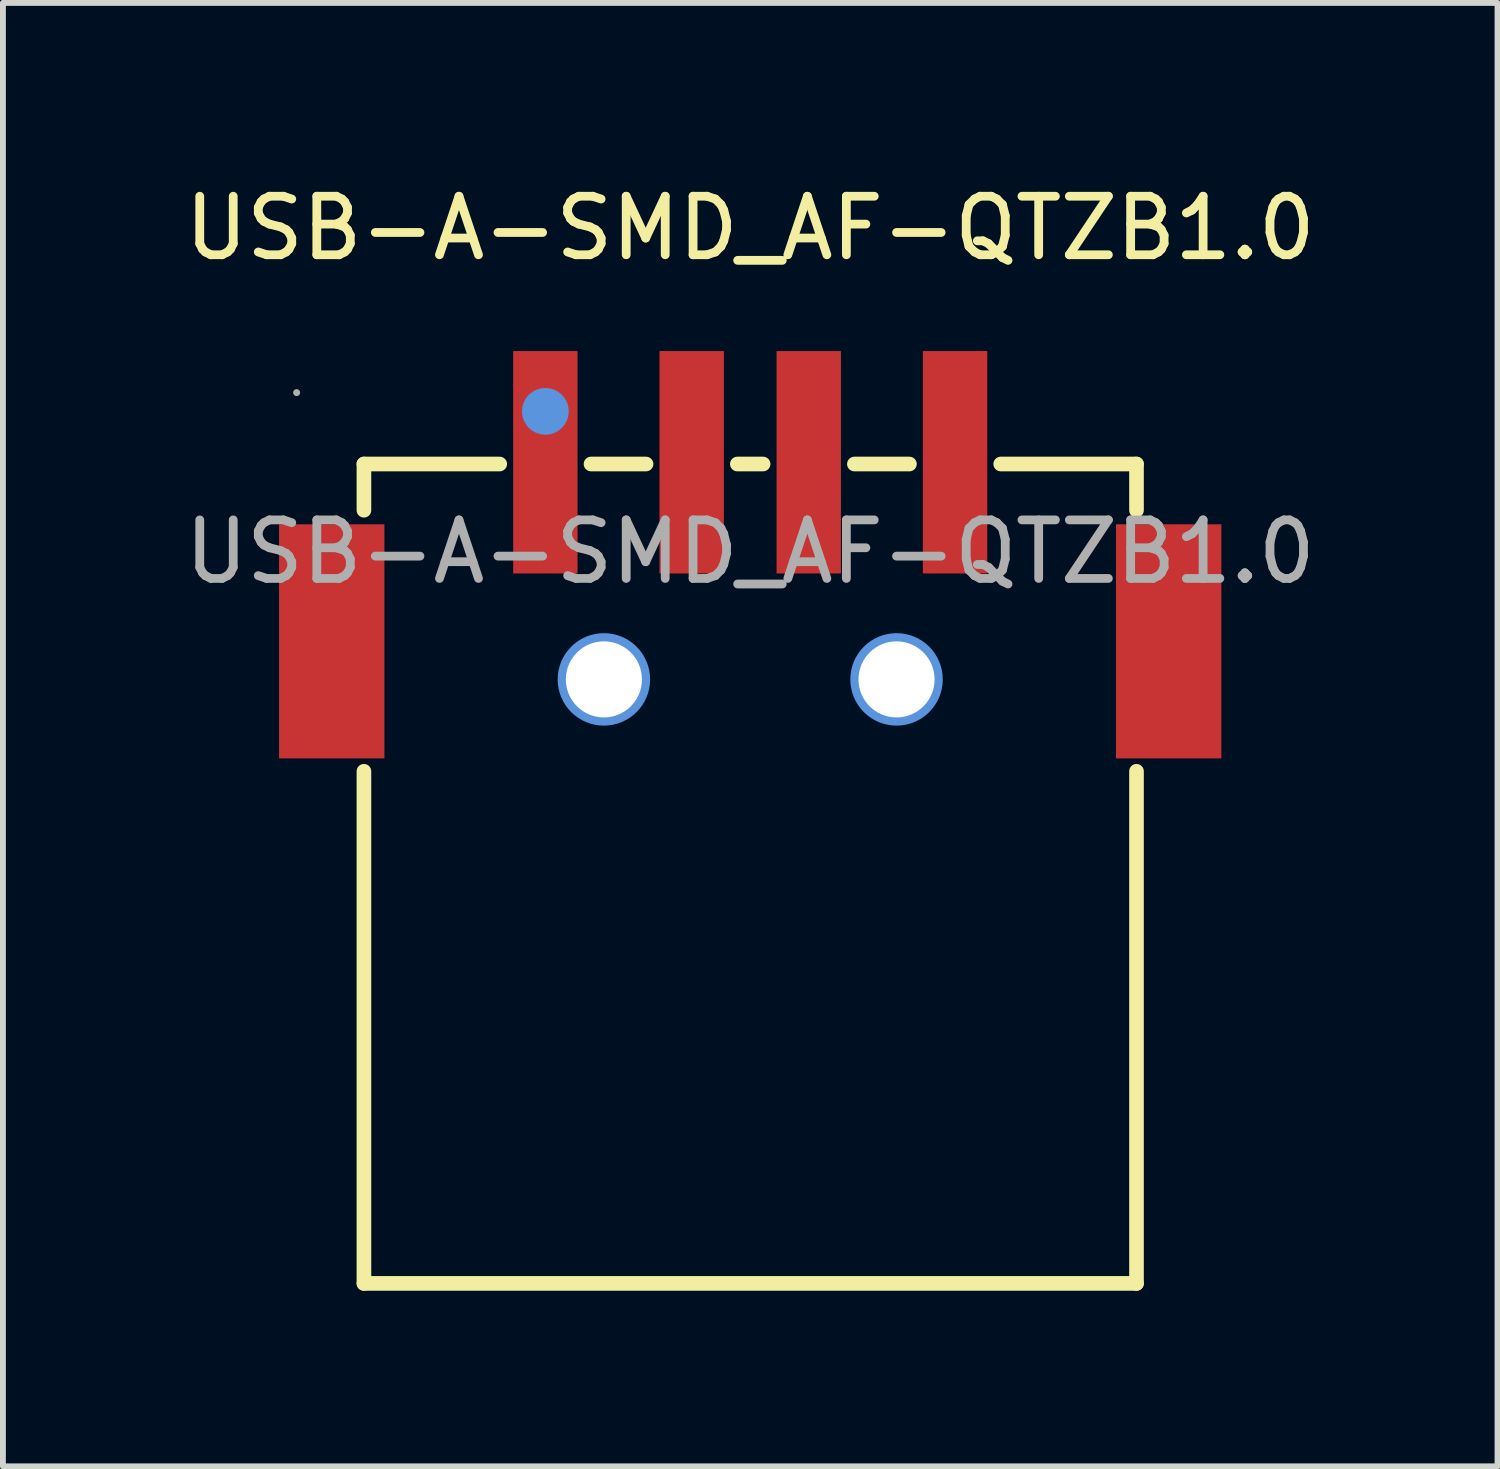
<source format=kicad_pcb>
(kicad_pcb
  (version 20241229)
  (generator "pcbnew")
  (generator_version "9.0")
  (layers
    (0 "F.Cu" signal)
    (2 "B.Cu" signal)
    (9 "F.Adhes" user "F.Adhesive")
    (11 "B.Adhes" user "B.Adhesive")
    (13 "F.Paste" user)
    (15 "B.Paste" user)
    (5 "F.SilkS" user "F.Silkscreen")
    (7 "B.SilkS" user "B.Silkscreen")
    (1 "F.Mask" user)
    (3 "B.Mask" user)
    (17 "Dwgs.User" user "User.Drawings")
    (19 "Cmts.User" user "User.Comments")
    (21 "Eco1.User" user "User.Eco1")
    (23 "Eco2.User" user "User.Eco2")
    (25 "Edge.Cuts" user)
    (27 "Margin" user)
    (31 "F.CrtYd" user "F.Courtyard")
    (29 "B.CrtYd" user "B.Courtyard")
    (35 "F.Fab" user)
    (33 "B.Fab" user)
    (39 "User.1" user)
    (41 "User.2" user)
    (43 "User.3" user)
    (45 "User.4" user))
  (footprint "USB-A-SMD_AF-QTZB1.0"
    (layer "F.Cu")
    (at 9.768 6.378)
    (property "Reference" "USB-A-SMD_AF-QTZB1.0" (at 0 -5.53 0) (layer "F.SilkS") (effects (font (size 1 1) (thickness 0.15))))
    (attr smd)
    (fp_line (start -6.6 -1.5) (end -4.28 -1.5) (stroke (width 0.25) (type solid)) (layer "F.SilkS"))
    (fp_line (start -6.6 -0.71) (end -6.6 -1.5) (stroke (width 0.25) (type solid)) (layer "F.SilkS"))
    (fp_line (start -6.6 12.5) (end -6.6 3.75) (stroke (width 0.25) (type solid)) (layer "F.SilkS"))
    (fp_line (start -2.72 -1.5) (end -1.78 -1.5) (stroke (width 0.25) (type solid)) (layer "F.SilkS"))
    (fp_line (start -0.22 -1.5) (end 0.22 -1.5) (stroke (width 0.25) (type solid)) (layer "F.SilkS"))
    (fp_line (start 1.78 -1.5) (end 2.72 -1.5) (stroke (width 0.25) (type solid)) (layer "F.SilkS"))
    (fp_line (start 4.28 -1.5) (end 6.6 -1.5) (stroke (width 0.25) (type solid)) (layer "F.SilkS"))
    (fp_line (start 6.6 -1.5) (end 6.6 -0.71) (stroke (width 0.25) (type solid)) (layer "F.SilkS"))
    (fp_line (start 6.6 3.75) (end 6.6 12.5) (stroke (width 0.25) (type solid)) (layer "F.SilkS"))
    (fp_line (start 6.6 12.5) (end -6.6 12.5) (stroke (width 0.25) (type solid)) (layer "F.SilkS"))
    (fp_circle (center -3.5 -2.4) (end -3.3 -2.4) (stroke (width 0.4) (type solid)) (fill no) (layer "Cmts.User"))
    (fp_circle (center -2.5 2.18) (end -2.24 2.18) (stroke (width 0.53) (type solid)) (fill no) (layer "Cmts.User"))
    (fp_circle (center 2.5 2.18) (end 2.76 2.18) (stroke (width 0.53) (type solid)) (fill no) (layer "Cmts.User"))
    (fp_circle (center -7.75 -2.72) (end -7.72 -2.72) (stroke (width 0.06) (type solid)) (fill no) (layer "F.Fab"))
    (fp_text user "${REFERENCE}" (at 0 0 0) (layer "F.Fab") (effects (font (size 1 1) (thickness 0.15))))
    (pad "" thru_hole circle (at -2.5 2.18) (size 1.3 1.3) (drill 1.3) (layers "*.Cu" "*.Mask"))
    (pad "" thru_hole circle (at 2.5 2.18) (size 1.3 1.3) (drill 1.3) (layers "*.Cu" "*.Mask"))
    (pad "1" smd rect (at -3.5 -1.53 90) (size 3.8 1.1) (layers "F.Cu" "F.Mask" "F.Paste"))
    (pad "2" smd rect (at -1 -1.53 90) (size 3.8 1.1) (layers "F.Cu" "F.Mask" "F.Paste"))
    (pad "3" smd rect (at 1 -1.53 90) (size 3.8 1.1) (layers "F.Cu" "F.Mask" "F.Paste"))
    (pad "4" smd rect (at 3.5 -1.53 90) (size 3.8 1.1) (layers "F.Cu" "F.Mask" "F.Paste"))
    (pad "5" smd rect (at 7.15 1.53 90) (size 4 1.8) (layers "F.Cu" "F.Mask" "F.Paste"))
    (pad "6" smd rect (at -7.15 1.53 90) (size 4 1.8) (layers "F.Cu" "F.Mask" "F.Paste")))
  (gr_rect
    (start -3 -3)
    (end 22.536 22.003)
    (stroke (width 0.1) (type default))
    (fill no)
    (layer "Edge.Cuts")))
</source>
